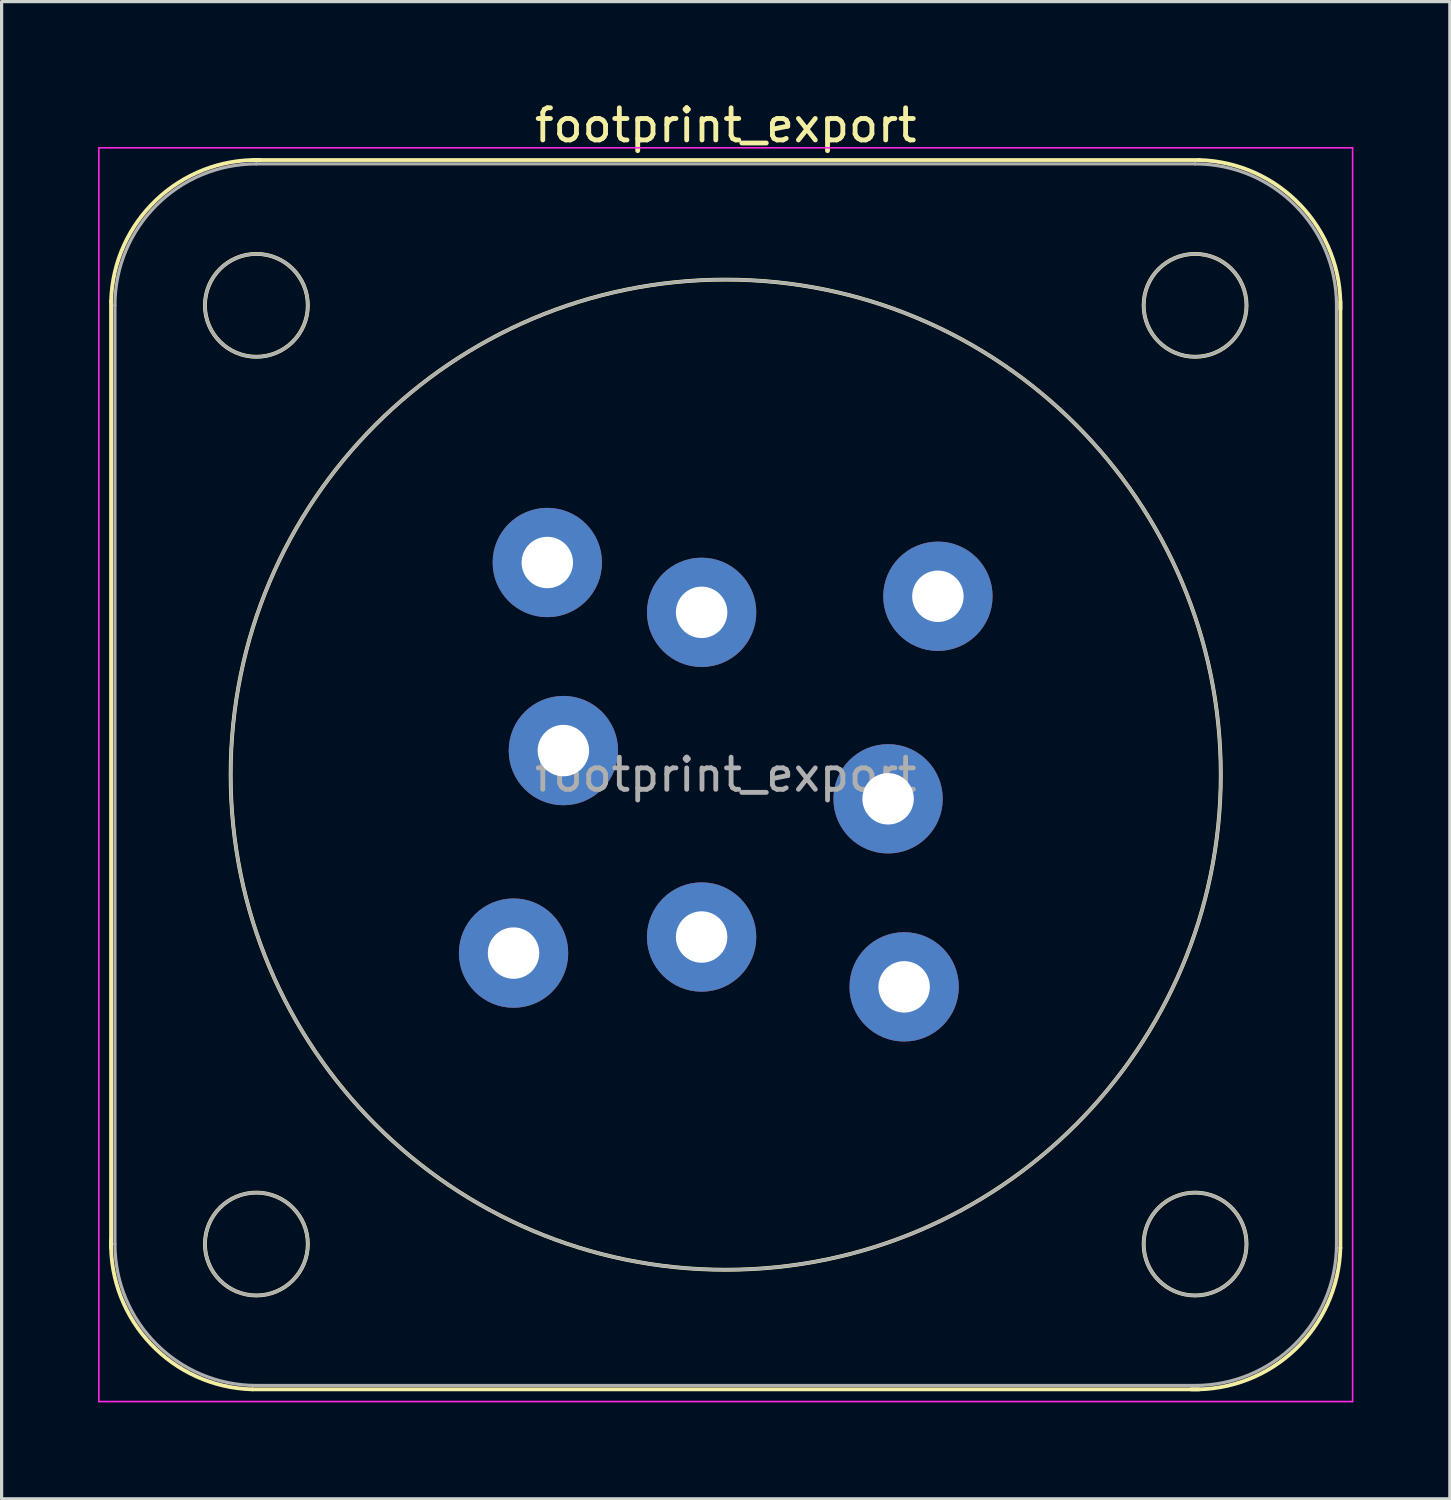
<source format=kicad_pcb>
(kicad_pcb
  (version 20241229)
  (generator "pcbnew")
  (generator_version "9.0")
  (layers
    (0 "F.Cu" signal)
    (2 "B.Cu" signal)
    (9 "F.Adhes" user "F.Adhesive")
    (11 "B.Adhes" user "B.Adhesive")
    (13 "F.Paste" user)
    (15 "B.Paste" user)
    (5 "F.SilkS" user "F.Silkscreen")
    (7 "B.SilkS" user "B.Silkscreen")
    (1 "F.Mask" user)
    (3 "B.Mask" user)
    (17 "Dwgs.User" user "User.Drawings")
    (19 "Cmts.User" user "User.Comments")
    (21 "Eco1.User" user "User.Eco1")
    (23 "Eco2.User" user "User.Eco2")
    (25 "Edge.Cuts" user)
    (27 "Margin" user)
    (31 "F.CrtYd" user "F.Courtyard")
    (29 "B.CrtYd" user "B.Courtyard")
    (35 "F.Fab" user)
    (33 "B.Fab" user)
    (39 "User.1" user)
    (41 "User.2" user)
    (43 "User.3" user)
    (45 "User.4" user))
  (footprint "footprint_export"
    (layer "F.Cu")
    (at 18.775 15.998)
    (property "Reference" "footprint_export" (at 0.75 -15.15 0) (layer "F.SilkS") (effects (font (size 1 1) (thickness 0.15))))
    (attr through_hole)
    (fp_line (start -18.37 19.77) (end -18.37 -9.67) (stroke (width 0.12) (type solid)) (layer "F.SilkS"))
    (fp_line (start -13.97 -14.07) (end 15.47 -14.07) (stroke (width 0.12) (type solid)) (layer "F.SilkS"))
    (fp_line (start -13.97 24.17) (end 15.47 24.17) (stroke (width 0.12) (type solid)) (layer "F.SilkS"))
    (fp_line (start 19.87 19.77) (end 19.87 -9.67) (stroke (width 0.12) (type solid)) (layer "F.SilkS"))
    (fp_arc (start -18.37 -9.67) (mid -16.96127 -12.830975) (end -13.73 -14.07) (stroke (width 0.12) (type solid)) (layer "F.SilkS"))
    (fp_arc (start -13.97 24.17) (mid -17.130975 22.76127) (end -18.37 19.53) (stroke (width 0.12) (type solid)) (layer "F.SilkS"))
    (fp_arc (start 15.47 -14.07) (mid 18.630975 -12.66127) (end 19.87 -9.43) (stroke (width 0.12) (type solid)) (layer "F.SilkS"))
    (fp_arc (start 19.87 19.77) (mid 18.46127 22.930975) (end 15.23 24.17) (stroke (width 0.12) (type solid)) (layer "F.SilkS"))
    (fp_circle (center -13.85 -9.55) (end -12.25 -9.55) (stroke (width 0.12) (type solid)) (fill no) (layer "F.SilkS"))
    (fp_circle (center -13.85 19.65) (end -12.25 19.65) (stroke (width 0.12) (type solid)) (fill no) (layer "F.SilkS"))
    (fp_circle (center 0.75 5.05) (end 16.15 5.05) (stroke (width 0.12) (type solid)) (fill no) (layer "F.SilkS"))
    (fp_circle (center 15.35 -9.55) (end 16.95 -9.55) (stroke (width 0.12) (type solid)) (fill no) (layer "F.SilkS"))
    (fp_circle (center 15.35 19.65) (end 16.95 19.65) (stroke (width 0.12) (type solid)) (fill no) (layer "F.SilkS"))
    (fp_line (start -18.75 -14.45) (end 20.25 -14.45) (stroke (width 0.05) (type solid)) (layer "F.CrtYd"))
    (fp_line (start -18.75 24.55) (end -18.75 -14.45) (stroke (width 0.05) (type solid)) (layer "F.CrtYd"))
    (fp_line (start -18.75 24.55) (end 20.25 24.55) (stroke (width 0.05) (type solid)) (layer "F.CrtYd"))
    (fp_line (start 20.25 24.55) (end 20.25 -14.45) (stroke (width 0.05) (type solid)) (layer "F.CrtYd"))
    (fp_line (start -18.25 19.65) (end -18.25 -9.55) (stroke (width 0.1) (type solid)) (layer "F.Fab"))
    (fp_line (start -13.85 -13.95) (end 15.35 -13.95) (stroke (width 0.1) (type solid)) (layer "F.Fab"))
    (fp_line (start -13.85 24.05) (end 15.35 24.05) (stroke (width 0.1) (type solid)) (layer "F.Fab"))
    (fp_line (start 19.75 19.65) (end 19.75 -9.55) (stroke (width 0.1) (type solid)) (layer "F.Fab"))
    (fp_arc (start -18.25 -9.55) (mid -16.96127 -12.66127) (end -13.85 -13.95) (stroke (width 0.1) (type solid)) (layer "F.Fab"))
    (fp_arc (start -13.85 24.05) (mid -16.96127 22.76127) (end -18.25 19.65) (stroke (width 0.1) (type solid)) (layer "F.Fab"))
    (fp_arc (start 15.35 -13.95) (mid 18.46127 -12.66127) (end 19.75 -9.55) (stroke (width 0.1) (type solid)) (layer "F.Fab"))
    (fp_arc (start 19.75 19.65) (mid 18.46127 22.76127) (end 15.35 24.05) (stroke (width 0.1) (type solid)) (layer "F.Fab"))
    (fp_circle (center -13.85 -9.55) (end -12.25 -9.55) (stroke (width 0.1) (type solid)) (fill no) (layer "F.Fab"))
    (fp_circle (center -13.85 19.65) (end -12.25 19.65) (stroke (width 0.1) (type solid)) (fill no) (layer "F.Fab"))
    (fp_circle (center 0.75 5.05) (end 16.15 5.05) (stroke (width 0.1) (type solid)) (fill no) (layer "F.Fab"))
    (fp_circle (center 15.35 -9.55) (end 13.75 -9.55) (stroke (width 0.1) (type solid)) (fill no) (layer "F.Fab"))
    (fp_circle (center 15.35 19.65) (end 13.75 19.65) (stroke (width 0.1) (type solid)) (fill no) (layer "F.Fab"))
    (fp_text user "${REFERENCE}" (at 0.75 5.05 0) (layer "F.Fab") (effects (font (size 1 1) (thickness 0.15))))
    (pad "1+" thru_hole circle (at 0 0) (size 3.4 3.4) (drill 1.6) (layers "*.Cu" "*.Mask"))
    (pad "1-" thru_hole circle (at -4.8 -1.55) (size 3.4 3.4) (drill 1.6) (layers "*.Cu" "*.Mask"))
    (pad "2+" thru_hole circle (at -4.3 4.3) (size 3.4 3.4) (drill 1.6) (layers "*.Cu" "*.Mask"))
    (pad "2-" thru_hole circle (at -5.85 10.6) (size 3.4 3.4) (drill 1.6) (layers "*.Cu" "*.Mask"))
    (pad "3+" thru_hole circle (at 0 10.1) (size 3.4 3.4) (drill 1.6) (layers "*.Cu" "*.Mask"))
    (pad "3-" thru_hole circle (at 6.3 11.65) (size 3.4 3.4) (drill 1.6) (layers "*.Cu" "*.Mask"))
    (pad "4+" thru_hole circle (at 5.8 5.8) (size 3.4 3.4) (drill 1.6) (layers "*.Cu" "*.Mask"))
    (pad "4-" thru_hole circle (at 7.35 -0.5) (size 3.4 3.4) (drill 1.6) (layers "*.Cu" "*.Mask")))
  (gr_rect
    (start -3 -3)
    (end 42.05 43.573)
    (stroke (width 0.1) (type default))
    (fill no)
    (layer "Edge.Cuts")))
</source>
